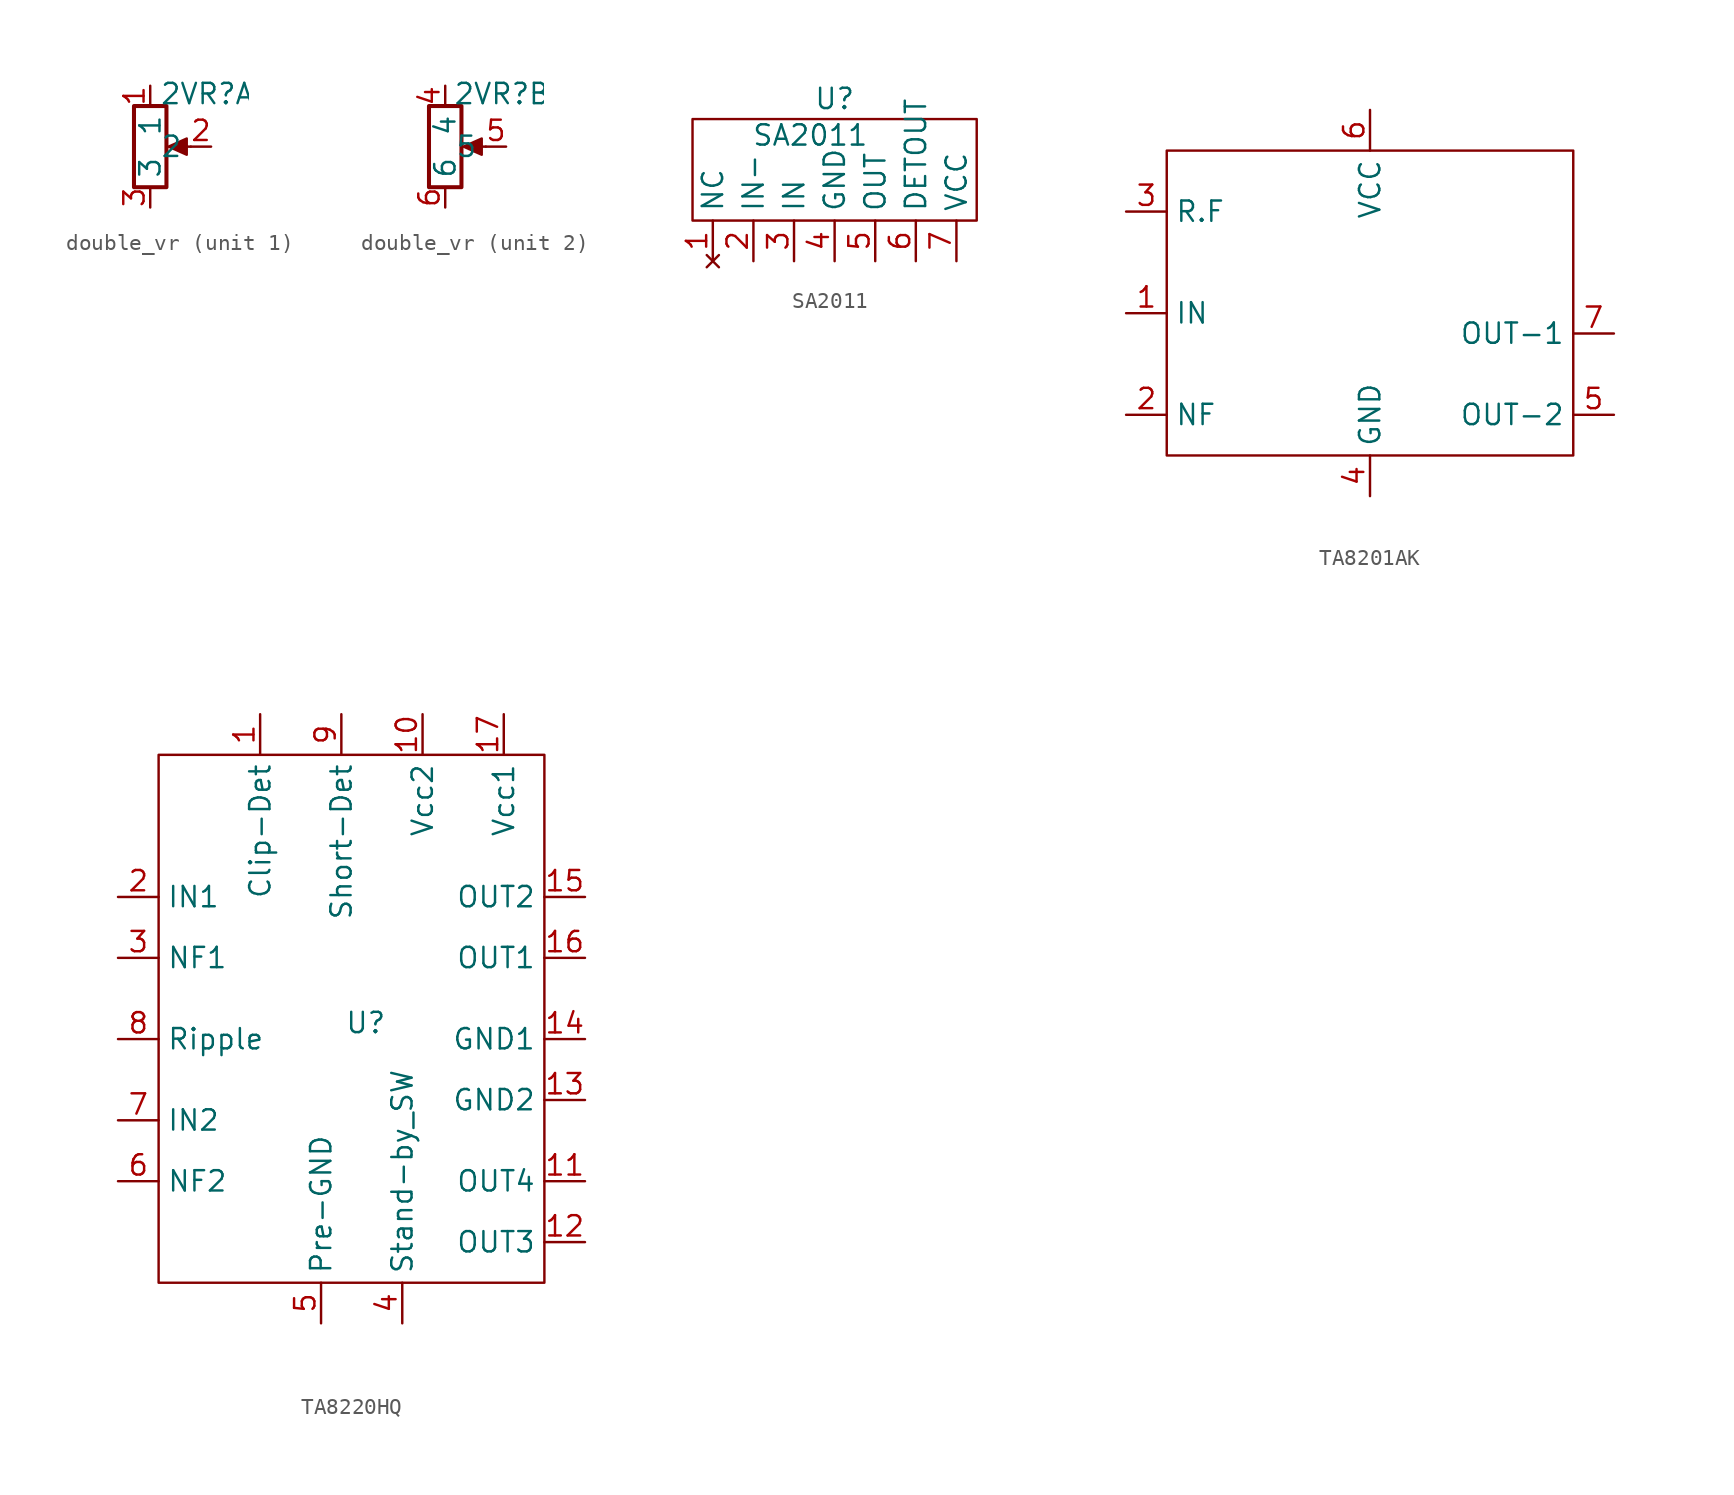
<source format=kicad_sym>
(kicad_symbol_lib
  (version 20241209)
  (generator "kicad_symbol_editor")
  (generator_version "9.0")
  (symbol "double_vr"
    (property "Reference" "2VR"
      (at 2.286 3.302 0)
      (effects (font (size 1.27 1.27))))
    (property "Value" ""
      (at 0 0 0)
      (effects (font (size 1.27 1.27))))
    (property "ki_locked" ""
      (at 0 0 0)
      (effects (font (size 1.27 1.27))))
    (symbol "double_vr_0_1"
      (rectangle (start -2.286 2.54) (end -0.254 -2.54) (stroke (width 0.254) (type default)) (fill (type none)))
      (polyline (pts (xy -0.127 0) (xy 1.016 0.508) (xy 1.016 -0.508) (xy -0.127 0)) (stroke (width 0) (type default)) (fill (type outline)))
      (polyline (pts (xy 1.27 0) (xy 0.254 0)) (stroke (width 0) (type default)) (fill (type none))))
    (symbol "double_vr_1_1"
      (pin passive line (at -1.27 3.81 270) (length 1.27) (name "1" (effects (font (size 1.27 1.27)))) (number "1" (effects (font (size 1.27 1.27)))))
      (pin passive line (at -1.27 -3.81 90) (length 1.27) (name "3" (effects (font (size 1.27 1.27)))) (number "3" (effects (font (size 1.27 1.27)))))
      (pin passive line (at 2.54 0 180) (length 1.27) (name "2" (effects (font (size 1.27 1.27)))) (number "2" (effects (font (size 1.27 1.27))))))
    (symbol "double_vr_2_1"
      (pin passive line (at -1.27 3.81 270) (length 1.27) (name "4" (effects (font (size 1.27 1.27)))) (number "4" (effects (font (size 1.27 1.27)))))
      (pin passive line (at -1.27 -3.81 90) (length 1.27) (name "6" (effects (font (size 1.27 1.27)))) (number "6" (effects (font (size 1.27 1.27)))))
      (pin passive line (at 2.54 0 180) (length 1.27) (name "5" (effects (font (size 1.27 1.27)))) (number "5" (effects (font (size 1.27 1.27)))))))
  (symbol "SA2011"
    (property "Reference" "U"
      (at 0 5.08 0)
      (effects (font (size 1.27 1.27))))
    (property "Value" "SA2011"
      (at -1.524 2.794 0)
      (effects (font (size 1.27 1.27))))
    (symbol "SA2011_0_1"
      (rectangle (start -8.89 3.81) (end 8.89 -2.54) (stroke (width 0) (type default)) (fill (type none))))
    (symbol "SA2011_1_1"
      (pin no_connect line (at -7.62 -5.08 90) (length 2.54) (name "NC" (effects (font (size 1.27 1.27)))) (number "1" (effects (font (size 1.27 1.27)))))
      (pin input line (at -5.08 -5.08 90) (length 2.54) (name "IN-" (effects (font (size 1.27 1.27)))) (number "2" (effects (font (size 1.27 1.27)))))
      (pin input line (at -2.54 -5.08 90) (length 2.54) (name "IN" (effects (font (size 1.27 1.27)))) (number "3" (effects (font (size 1.27 1.27)))))
      (pin power_in line (at 0 -5.08 90) (length 2.54) (name "GND" (effects (font (size 1.27 1.27)))) (number "4" (effects (font (size 1.27 1.27)))))
      (pin output line (at 2.54 -5.08 90) (length 2.54) (name "OUT" (effects (font (size 1.27 1.27)))) (number "5" (effects (font (size 1.27 1.27)))))
      (pin input line (at 5.08 -5.08 90) (length 2.54) (name "DETOUT" (effects (font (size 1.27 1.27)))) (number "6" (effects (font (size 1.27 1.27)))))
      (pin power_in line (at 7.62 -5.08 90) (length 2.54) (name "VCC" (effects (font (size 1.27 1.27)))) (number "7" (effects (font (size 1.27 1.27)))))))
  (symbol "TA8201AK"
    (property "Reference" "U"
      (at 0.254 -0.254 0)
      (effects (font (size 1.27 1.27)) (hide yes)))
    (property "Value" ""
      (at 5.08 -2.54 0)
      (effects (font (size 1.27 1.27))))
    (symbol "TA8201AK_0_1"
      (rectangle (start -12.7 10.16) (end 12.7 -8.89) (stroke (width 0) (type default)) (fill (type none))))
    (symbol "TA8201AK_1_1"
      (pin input line (at -15.24 6.35 0) (length 2.54) (name "R.F" (effects (font (size 1.27 1.27)))) (number "3" (effects (font (size 1.27 1.27)))))
      (pin input line (at -15.24 0 0) (length 2.54) (name "IN" (effects (font (size 1.27 1.27)))) (number "1" (effects (font (size 1.27 1.27)))))
      (pin input line (at -15.24 -6.35 0) (length 2.54) (name "NF" (effects (font (size 1.27 1.27)))) (number "2" (effects (font (size 1.27 1.27)))))
      (pin input line (at 0 12.7 270) (length 2.54) (name "VCC" (effects (font (size 1.27 1.27)))) (number "6" (effects (font (size 1.27 1.27)))))
      (pin input line (at 0 -11.43 90) (length 2.54) (name "GND" (effects (font (size 1.27 1.27)))) (number "4" (effects (font (size 1.27 1.27)))))
      (pin input line (at 15.24 -1.27 180) (length 2.54) (name "OUT-1" (effects (font (size 1.27 1.27)))) (number "7" (effects (font (size 1.27 1.27)))))
      (pin input line (at 15.24 -6.35 180) (length 2.54) (name "OUT-2" (effects (font (size 1.27 1.27)))) (number "5" (effects (font (size 1.27 1.27)))))))
  (symbol "TA8220HQ"
    (property "Reference" "U"
      (at 0.254 -0.254 0)
      (effects (font (size 1.27 1.27))))
    (property "Value" ""
      (at 5.08 -2.54 0)
      (effects (font (size 1.27 1.27))))
    (symbol "TA8220HQ_0_1"
      (rectangle (start -12.7 16.51) (end 11.43 -16.51) (stroke (width 0) (type default)) (fill (type none))))
    (symbol "TA8220HQ_1_1"
      (pin input line (at -15.24 7.62 0) (length 2.54) (name "IN1" (effects (font (size 1.27 1.27)))) (number "2" (effects (font (size 1.27 1.27)))))
      (pin input line (at -15.24 3.81 0) (length 2.54) (name "NF1" (effects (font (size 1.27 1.27)))) (number "3" (effects (font (size 1.27 1.27)))))
      (pin input line (at -15.24 -1.27 0) (length 2.54) (name "Ripple" (effects (font (size 1.27 1.27)))) (number "8" (effects (font (size 1.27 1.27)))))
      (pin input line (at -15.24 -6.35 0) (length 2.54) (name "IN2" (effects (font (size 1.27 1.27)))) (number "7" (effects (font (size 1.27 1.27)))))
      (pin input line (at -15.24 -10.16 0) (length 2.54) (name "NF2" (effects (font (size 1.27 1.27)))) (number "6" (effects (font (size 1.27 1.27)))))
      (pin input line (at -6.35 19.05 270) (length 2.54) (name "Clip-Det" (effects (font (size 1.27 1.27)))) (number "1" (effects (font (size 1.27 1.27)))))
      (pin power_in line (at -2.54 -19.05 90) (length 2.54) (name "Pre-GND" (effects (font (size 1.27 1.27)))) (number "5" (effects (font (size 1.27 1.27)))))
      (pin input line (at -1.27 19.05 270) (length 2.54) (name "Short-Det" (effects (font (size 1.27 1.27)))) (number "9" (effects (font (size 1.27 1.27)))))
      (pin input line (at 2.54 -19.05 90) (length 2.54) (name "Stand-by_SW" (effects (font (size 1.27 1.27)))) (number "4" (effects (font (size 1.27 1.27)))))
      (pin power_in line (at 3.81 19.05 270) (length 2.54) (name "Vcc2" (effects (font (size 1.27 1.27)))) (number "10" (effects (font (size 1.27 1.27)))))
      (pin power_in line (at 8.89 19.05 270) (length 2.54) (name "Vcc1" (effects (font (size 1.27 1.27)))) (number "17" (effects (font (size 1.27 1.27)))))
      (pin output line (at 13.97 7.62 180) (length 2.54) (name "OUT2" (effects (font (size 1.27 1.27)))) (number "15" (effects (font (size 1.27 1.27)))))
      (pin output line (at 13.97 3.81 180) (length 2.54) (name "OUT1" (effects (font (size 1.27 1.27)))) (number "16" (effects (font (size 1.27 1.27)))))
      (pin power_in line (at 13.97 -1.27 180) (length 2.54) (name "GND1" (effects (font (size 1.27 1.27)))) (number "14" (effects (font (size 1.27 1.27)))))
      (pin power_in line (at 13.97 -5.08 180) (length 2.54) (name "GND2" (effects (font (size 1.27 1.27)))) (number "13" (effects (font (size 1.27 1.27)))))
      (pin output line (at 13.97 -10.16 180) (length 2.54) (name "OUT4" (effects (font (size 1.27 1.27)))) (number "11" (effects (font (size 1.27 1.27)))))
      (pin output line (at 13.97 -13.97 180) (length 2.54) (name "OUT3" (effects (font (size 1.27 1.27)))) (number "12" (effects (font (size 1.27 1.27))))))))
</source>
